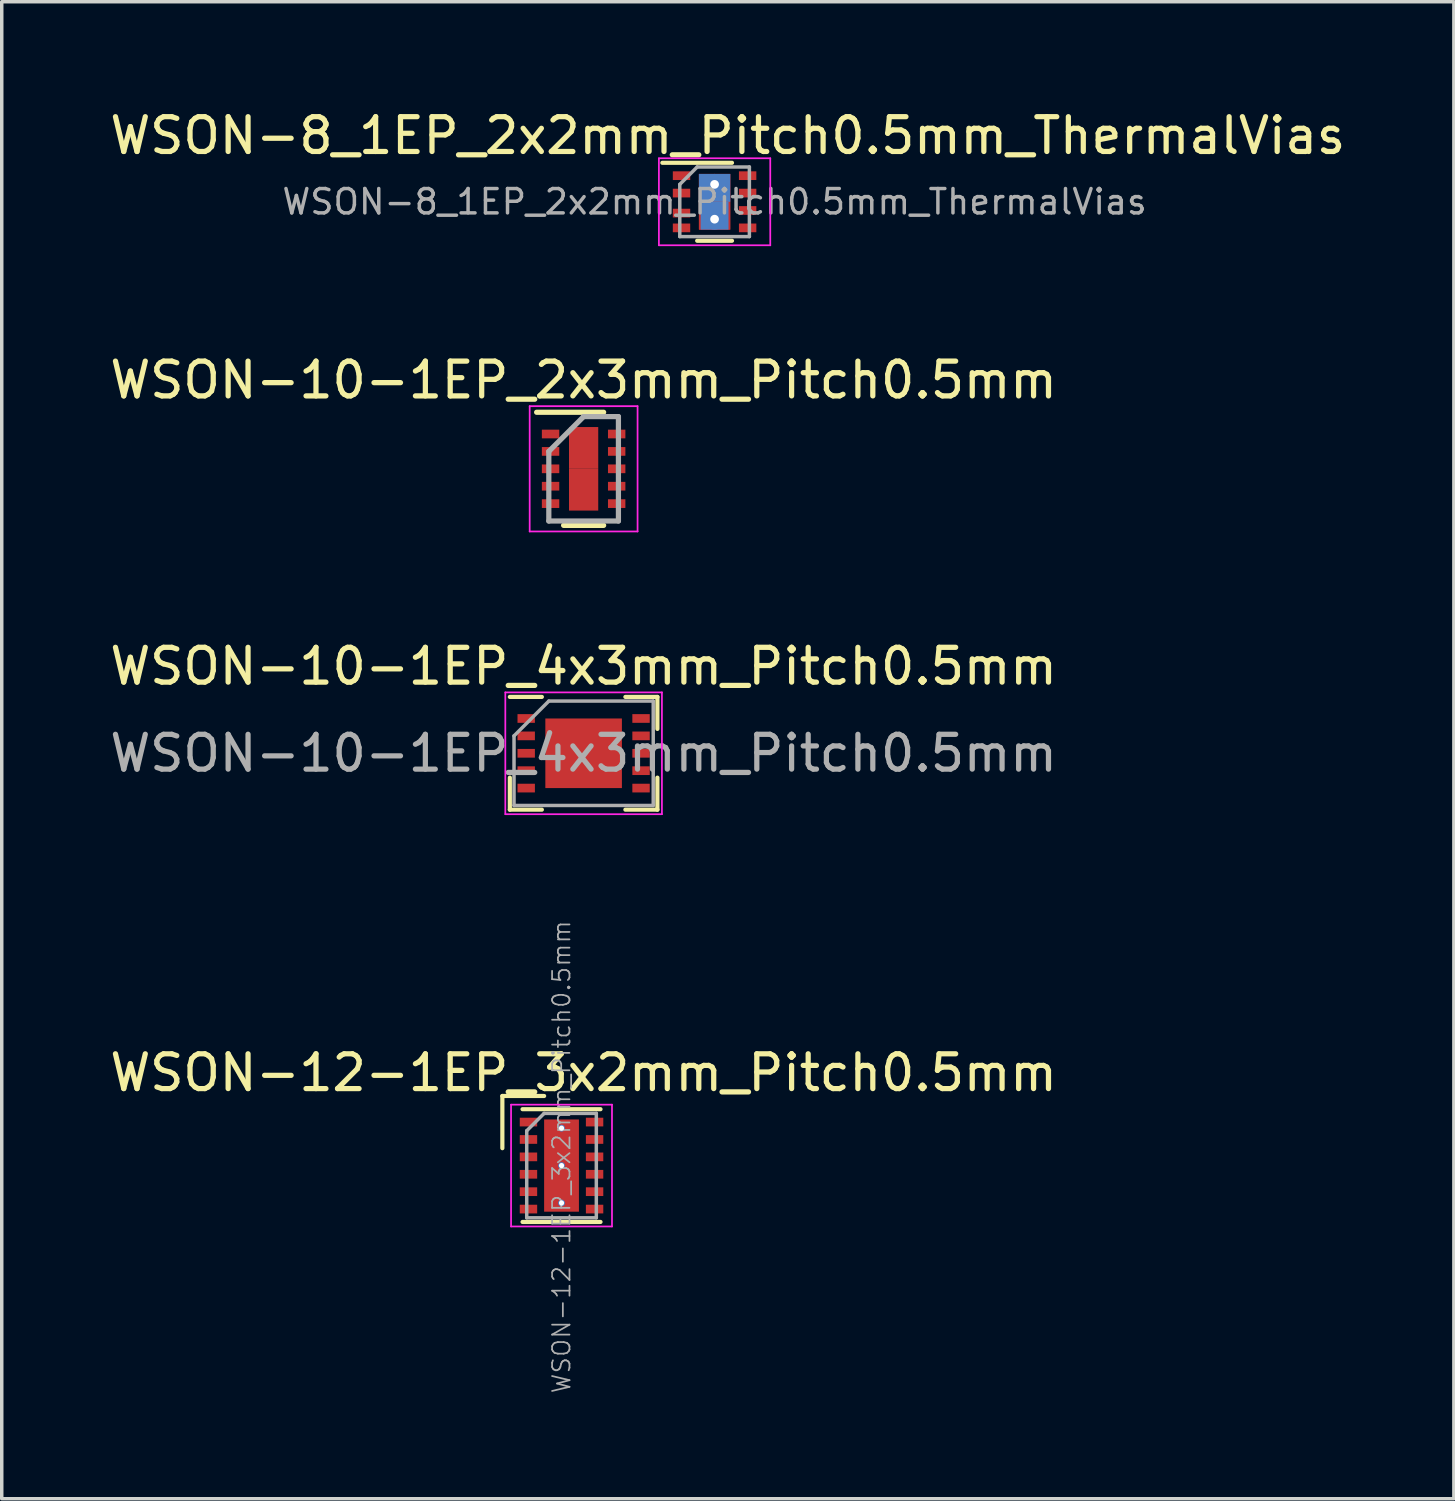
<source format=kicad_pcb>
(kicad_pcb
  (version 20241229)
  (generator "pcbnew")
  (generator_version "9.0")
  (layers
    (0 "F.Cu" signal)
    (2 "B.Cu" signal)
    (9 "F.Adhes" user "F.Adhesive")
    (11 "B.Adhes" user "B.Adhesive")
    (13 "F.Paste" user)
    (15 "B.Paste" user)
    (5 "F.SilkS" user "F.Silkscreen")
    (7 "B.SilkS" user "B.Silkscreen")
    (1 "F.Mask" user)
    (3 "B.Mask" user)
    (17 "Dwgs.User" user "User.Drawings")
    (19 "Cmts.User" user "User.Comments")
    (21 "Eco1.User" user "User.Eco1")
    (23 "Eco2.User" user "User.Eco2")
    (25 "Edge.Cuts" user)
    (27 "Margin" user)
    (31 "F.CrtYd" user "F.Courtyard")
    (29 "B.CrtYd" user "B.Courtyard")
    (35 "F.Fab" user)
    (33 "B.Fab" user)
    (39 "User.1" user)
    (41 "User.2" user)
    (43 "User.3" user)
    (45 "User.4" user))
  (footprint "WSON-10-1EP_2x3mm_Pitch0.5mm"
    (layer "F.Cu")
    (at 13.72 10.421)
    (property "Reference" "WSON-10-1EP_2x3mm_Pitch0.5mm" (at 0 -2.55 0) (layer "F.SilkS") (effects (font (size 1 1) (thickness 0.15))))
    (attr smd)
    (fp_line (start -1.35 -1.625) (end 0.575 -1.625) (stroke (width 0.15) (type solid)) (layer "F.SilkS"))
    (fp_line (start -0.575 1.625) (end 0.575 1.625) (stroke (width 0.15) (type solid)) (layer "F.SilkS"))
    (fp_line (start -1.55 -1.8) (end -1.55 1.8) (stroke (width 0.05) (type solid)) (layer "F.CrtYd"))
    (fp_line (start -1.55 -1.8) (end 1.55 -1.8) (stroke (width 0.05) (type solid)) (layer "F.CrtYd"))
    (fp_line (start -1.55 1.8) (end 1.55 1.8) (stroke (width 0.05) (type solid)) (layer "F.CrtYd"))
    (fp_line (start 1.55 -1.8) (end 1.55 1.8) (stroke (width 0.05) (type solid)) (layer "F.CrtYd"))
    (fp_line (start -1 -0.5) (end 0 -1.5) (stroke (width 0.15) (type solid)) (layer "F.Fab"))
    (fp_line (start -1 1.5) (end -1 -0.5) (stroke (width 0.15) (type solid)) (layer "F.Fab"))
    (fp_line (start 0 -1.5) (end 1 -1.5) (stroke (width 0.15) (type solid)) (layer "F.Fab"))
    (fp_line (start 1 -1.5) (end 1 1.5) (stroke (width 0.15) (type solid)) (layer "F.Fab"))
    (fp_line (start 1 1.5) (end -1 1.5) (stroke (width 0.15) (type solid)) (layer "F.Fab"))
    (pad "1" smd rect (at -0.95 -1) (size 0.5 0.25) (layers "F.Cu" "F.Mask" "F.Paste"))
    (pad "2" smd rect (at -0.95 -0.5) (size 0.5 0.25) (layers "F.Cu" "F.Mask" "F.Paste"))
    (pad "3" smd rect (at -0.95 0) (size 0.5 0.25) (layers "F.Cu" "F.Mask" "F.Paste"))
    (pad "4" smd rect (at -0.95 0.5) (size 0.5 0.25) (layers "F.Cu" "F.Mask" "F.Paste"))
    (pad "5" smd rect (at -0.95 1) (size 0.5 0.25) (layers "F.Cu" "F.Mask" "F.Paste"))
    (pad "6" smd rect (at 0.95 1) (size 0.5 0.25) (layers "F.Cu" "F.Mask" "F.Paste"))
    (pad "7" smd rect (at 0.95 0.5) (size 0.5 0.25) (layers "F.Cu" "F.Mask" "F.Paste"))
    (pad "8" smd rect (at 0.95 0) (size 0.5 0.25) (layers "F.Cu" "F.Mask" "F.Paste"))
    (pad "9" smd rect (at 0.95 -0.5) (size 0.5 0.25) (layers "F.Cu" "F.Mask" "F.Paste"))
    (pad "10" smd rect (at 0.95 -1) (size 0.5 0.25) (layers "F.Cu" "F.Mask" "F.Paste"))
    (pad "11" smd rect (at 0 -0.6) (size 0.84 1.2) (layers "F.Cu" "F.Mask" "F.Paste"))
    (pad "11" smd rect (at 0 0.6) (size 0.84 1.2) (layers "F.Cu" "F.Mask" "F.Paste")))
  (footprint "WSON-10-1EP_4x3mm_Pitch0.5mm"
    (layer "F.Cu")
    (at 13.72 18.595)
    (property "Reference" "WSON-10-1EP_4x3mm_Pitch0.5mm" (at 0 -2.5 0) (layer "F.SilkS") (effects (font (size 1 1) (thickness 0.15))))
    (attr smd)
    (fp_line (start -2.12 -1.62) (end -1.2 -1.62) (stroke (width 0.12) (type solid)) (layer "F.SilkS"))
    (fp_line (start -2.12 1.62) (end -2.12 0.7) (stroke (width 0.12) (type solid)) (layer "F.SilkS"))
    (fp_line (start -2.12 1.62) (end -1.2 1.62) (stroke (width 0.12) (type solid)) (layer "F.SilkS"))
    (fp_line (start 1.2 -1.62) (end 2.12 -1.62) (stroke (width 0.12) (type solid)) (layer "F.SilkS"))
    (fp_line (start 1.2 1.62) (end 2.12 1.62) (stroke (width 0.12) (type solid)) (layer "F.SilkS"))
    (fp_line (start 2.12 -0.7) (end 2.12 -1.62) (stroke (width 0.12) (type solid)) (layer "F.SilkS"))
    (fp_line (start 2.12 0.7) (end 2.12 1.62) (stroke (width 0.12) (type solid)) (layer "F.SilkS"))
    (fp_line (start -2.25 -1.75) (end -2.25 1.75) (stroke (width 0.05) (type solid)) (layer "F.CrtYd"))
    (fp_line (start -2.25 -1.75) (end 2.25 -1.75) (stroke (width 0.05) (type solid)) (layer "F.CrtYd"))
    (fp_line (start -2.25 1.75) (end 2.25 1.75) (stroke (width 0.05) (type solid)) (layer "F.CrtYd"))
    (fp_line (start 2.25 -1.75) (end 2.25 1.75) (stroke (width 0.05) (type solid)) (layer "F.CrtYd"))
    (fp_line (start -2 1.5) (end -2 -0.5) (stroke (width 0.1) (type solid)) (layer "F.Fab"))
    (fp_line (start -1 -1.5) (end -2 -0.5) (stroke (width 0.1) (type solid)) (layer "F.Fab"))
    (fp_line (start -1 -1.5) (end 2 -1.5) (stroke (width 0.1) (type solid)) (layer "F.Fab"))
    (fp_line (start 2 -1.5) (end 2 1.5) (stroke (width 0.1) (type solid)) (layer "F.Fab"))
    (fp_line (start 2 1.5) (end -2 1.5) (stroke (width 0.1) (type solid)) (layer "F.Fab"))
    (fp_text user "${REFERENCE}" (at 0 0 0) (layer "F.Fab") (effects (font (size 1 1) (thickness 0.15))))
    (pad "" smd rect (at -0.55 -0.5) (size 0.88 0.8) (layers "F.Paste"))
    (pad "" smd rect (at -0.55 0.5) (size 0.88 0.8) (layers "F.Paste"))
    (pad "" smd rect (at 0.55 -0.5) (size 0.88 0.8) (layers "F.Paste"))
    (pad "" smd rect (at 0.55 0.5) (size 0.88 0.8) (layers "F.Paste"))
    (pad "1" smd rect (at -1.65 -1) (size 0.5 0.25) (layers "F.Cu" "F.Mask" "F.Paste"))
    (pad "2" smd rect (at -1.65 -0.5) (size 0.5 0.25) (layers "F.Cu" "F.Mask" "F.Paste"))
    (pad "3" smd rect (at -1.65 0) (size 0.5 0.25) (layers "F.Cu" "F.Mask" "F.Paste"))
    (pad "4" smd rect (at -1.65 0.5) (size 0.5 0.25) (layers "F.Cu" "F.Mask" "F.Paste"))
    (pad "5" smd rect (at -1.65 1) (size 0.5 0.25) (layers "F.Cu" "F.Mask" "F.Paste"))
    (pad "6" smd rect (at 1.65 1) (size 0.5 0.25) (layers "F.Cu" "F.Mask" "F.Paste"))
    (pad "7" smd rect (at 1.65 0.5) (size 0.5 0.25) (layers "F.Cu" "F.Mask" "F.Paste"))
    (pad "8" smd rect (at 1.65 0) (size 0.5 0.25) (layers "F.Cu" "F.Mask" "F.Paste"))
    (pad "9" smd rect (at 1.65 -0.5) (size 0.5 0.25) (layers "F.Cu" "F.Mask" "F.Paste"))
    (pad "10" smd rect (at 1.65 -1) (size 0.5 0.25) (layers "F.Cu" "F.Mask" "F.Paste"))
    (pad "11" smd rect (at 0 0) (size 2.2 2) (layers "F.Cu" "F.Mask")))
  (footprint "WSON-12-1EP_3x2mm_Pitch0.5mm"
    (layer "F.Cu")
    (at 13.085 30.442)
    (property "Reference" "WSON-12-1EP_3x2mm_Pitch0.5mm" (at 0.635 -2.667 0) (layer "F.SilkS") (effects (font (size 1 1) (thickness 0.15))))
    (attr smd)
    (fp_line (start -1.7 -2) (end -0.5 -2) (stroke (width 0.12) (type solid)) (layer "F.SilkS"))
    (fp_line (start -1.7 -0.5) (end -1.7 -2) (stroke (width 0.12) (type solid)) (layer "F.SilkS"))
    (fp_line (start -1.12 -1.62) (end 1.12 -1.62) (stroke (width 0.12) (type solid)) (layer "F.SilkS"))
    (fp_line (start 1.12 1.62) (end -1.12 1.62) (stroke (width 0.12) (type solid)) (layer "F.SilkS"))
    (fp_line (start -1.45 -1.75) (end 1.45 -1.75) (stroke (width 0.05) (type solid)) (layer "F.CrtYd"))
    (fp_line (start -1.45 1.75) (end -1.45 -1.75) (stroke (width 0.05) (type solid)) (layer "F.CrtYd"))
    (fp_line (start 1.45 -1.75) (end 1.45 1.75) (stroke (width 0.05) (type solid)) (layer "F.CrtYd"))
    (fp_line (start 1.45 1.75) (end -1.45 1.75) (stroke (width 0.05) (type solid)) (layer "F.CrtYd"))
    (fp_line (start -1 -1) (end -0.5 -1.5) (stroke (width 0.1) (type solid)) (layer "F.Fab"))
    (fp_line (start -1 1.5) (end -1 -1) (stroke (width 0.1) (type solid)) (layer "F.Fab"))
    (fp_line (start -0.5 -1.5) (end 1 -1.5) (stroke (width 0.1) (type solid)) (layer "F.Fab"))
    (fp_line (start 1 -1.5) (end 1 1.5) (stroke (width 0.1) (type solid)) (layer "F.Fab"))
    (fp_line (start 1 1.5) (end -1 1.5) (stroke (width 0.1) (type solid)) (layer "F.Fab"))
    (fp_text user "${REFERENCE}" (at 0 -0.25 90) (layer "F.Fab") (effects (font (size 0.5 0.5) (thickness 0.05))))
    (pad "1" smd rect (at -0.95 -1.25) (size 0.5 0.25) (layers "F.Cu" "F.Mask" "F.Paste"))
    (pad "2" smd rect (at -0.95 -0.75) (size 0.5 0.25) (layers "F.Cu" "F.Mask" "F.Paste"))
    (pad "3" smd rect (at -0.95 -0.25) (size 0.5 0.25) (layers "F.Cu" "F.Mask" "F.Paste"))
    (pad "4" smd rect (at -0.95 0.25) (size 0.5 0.25) (layers "F.Cu" "F.Mask" "F.Paste"))
    (pad "5" smd rect (at -0.95 0.75) (size 0.5 0.25) (layers "F.Cu" "F.Mask" "F.Paste"))
    (pad "6" smd rect (at -0.95 1.25) (size 0.5 0.25) (layers "F.Cu" "F.Mask" "F.Paste"))
    (pad "7" smd rect (at 0.95 1.25) (size 0.5 0.25) (layers "F.Cu" "F.Mask" "F.Paste"))
    (pad "8" smd rect (at 0.95 0.75) (size 0.5 0.25) (layers "F.Cu" "F.Mask" "F.Paste"))
    (pad "9" smd rect (at 0.95 0.25) (size 0.5 0.25) (layers "F.Cu" "F.Mask" "F.Paste"))
    (pad "10" smd rect (at 0.95 -0.25) (size 0.5 0.25) (layers "F.Cu" "F.Mask" "F.Paste"))
    (pad "11" smd rect (at 0.95 -0.75) (size 0.5 0.25) (layers "F.Cu" "F.Mask" "F.Paste"))
    (pad "12" smd rect (at 0.95 -1.25) (size 0.5 0.25) (layers "F.Cu" "F.Mask" "F.Paste"))
    (pad "13" thru_hole circle (at 0 -1.075) (size 0.2 0.2) (drill 0.15) (layers "*.Cu" "*.Mask"))
    (pad "13" thru_hole circle (at 0 0) (size 0.2 0.2) (drill 0.15) (layers "*.Cu" "*.Mask"))
    (pad "13" smd rect (at 0 0) (size 1 2.65) (layers "F.Cu" "F.Mask" "F.Paste"))
    (pad "13" thru_hole circle (at 0 1.075) (size 0.2 0.2) (drill 0.15) (layers "*.Cu" "*.Mask")))
  (footprint "WSON-8_1EP_2x2mm_Pitch0.5mm_ThermalVias"
    (layer "F.Cu")
    (at 17.483 2.748)
    (property "Reference" "WSON-8_1EP_2x2mm_Pitch0.5mm_ThermalVias" (at 0.38 -1.9 0) (layer "F.SilkS") (effects (font (size 1 1) (thickness 0.15))))
    (attr smd)
    (fp_line (start -1.5 -1.12) (end 0.5 -1.12) (stroke (width 0.12) (type solid)) (layer "F.SilkS"))
    (fp_line (start 0.5 1.12) (end -0.5 1.12) (stroke (width 0.12) (type solid)) (layer "F.SilkS"))
    (fp_line (start -1.6 -1.25) (end -1.6 1.25) (stroke (width 0.05) (type solid)) (layer "F.CrtYd"))
    (fp_line (start -1.6 -1.25) (end 1.6 -1.25) (stroke (width 0.05) (type solid)) (layer "F.CrtYd"))
    (fp_line (start -1.6 1.25) (end 1.6 1.25) (stroke (width 0.05) (type solid)) (layer "F.CrtYd"))
    (fp_line (start 1.6 -1.25) (end 1.6 1.25) (stroke (width 0.05) (type solid)) (layer "F.CrtYd"))
    (fp_line (start -1 1) (end -1 -0.5) (stroke (width 0.1) (type solid)) (layer "F.Fab"))
    (fp_line (start -0.5 -1) (end -1 -0.5) (stroke (width 0.1) (type solid)) (layer "F.Fab"))
    (fp_line (start -0.5 -1) (end 1 -1) (stroke (width 0.1) (type solid)) (layer "F.Fab"))
    (fp_line (start 1 -1) (end 1 1) (stroke (width 0.1) (type solid)) (layer "F.Fab"))
    (fp_line (start 1 1) (end -1 1) (stroke (width 0.1) (type solid)) (layer "F.Fab"))
    (fp_text user "${REFERENCE}" (at 0 0 0) (layer "F.Fab") (effects (font (size 0.7 0.7) (thickness 0.1))))
    (pad "1" smd rect (at -0.95 -0.75) (size 0.5 0.25) (layers "F.Cu" "F.Mask" "F.Paste"))
    (pad "2" smd rect (at -0.95 -0.25) (size 0.5 0.25) (layers "F.Cu" "F.Mask" "F.Paste"))
    (pad "3" smd rect (at -0.95 0.325) (size 0.5 0.25) (layers "F.Cu" "F.Mask" "F.Paste"))
    (pad "4" smd rect (at -0.95 0.75) (size 0.5 0.25) (layers "F.Cu" "F.Mask" "F.Paste"))
    (pad "5" smd rect (at 0.95 0.75) (size 0.5 0.25) (layers "F.Cu" "F.Mask" "F.Paste"))
    (pad "6" smd rect (at 0.95 0.25) (size 0.5 0.25) (layers "F.Cu" "F.Mask" "F.Paste"))
    (pad "7" smd rect (at 0.95 -0.25) (size 0.5 0.25) (layers "F.Cu" "F.Mask" "F.Paste"))
    (pad "8" smd rect (at 0.95 -0.75) (size 0.5 0.25) (layers "F.Cu" "F.Mask" "F.Paste"))
    (pad "9" thru_hole circle (at 0 -0.5) (size 0.6 0.6) (drill 0.25) (layers "*.Cu" "*.Mask"))
    (pad "9" smd rect (at 0 -0.4) (size 0.9 0.8) (layers "F.Cu" "F.Paste"))
    (pad "9" smd rect (at 0 -0.4) (size 0.9 0.8) (layers "B.Cu"))
    (pad "9" smd rect (at 0 0) (size 0.9 1.6) (layers "F.Cu" "F.Mask"))
    (pad "9" smd rect (at 0 0.4) (size 0.8 0.8) (layers "B.Cu"))
    (pad "9" smd rect (at 0 0.4) (size 0.9 0.8) (layers "F.Cu" "F.Paste"))
    (pad "9" thru_hole circle (at 0 0.5) (size 0.6 0.6) (drill 0.25) (layers "*.Cu" "*.Mask")))
  (gr_rect
    (start -3 -3)
    (end 38.726 40.015)
    (stroke (width 0.1) (type default))
    (fill no)
    (layer "Edge.Cuts")))
</source>
